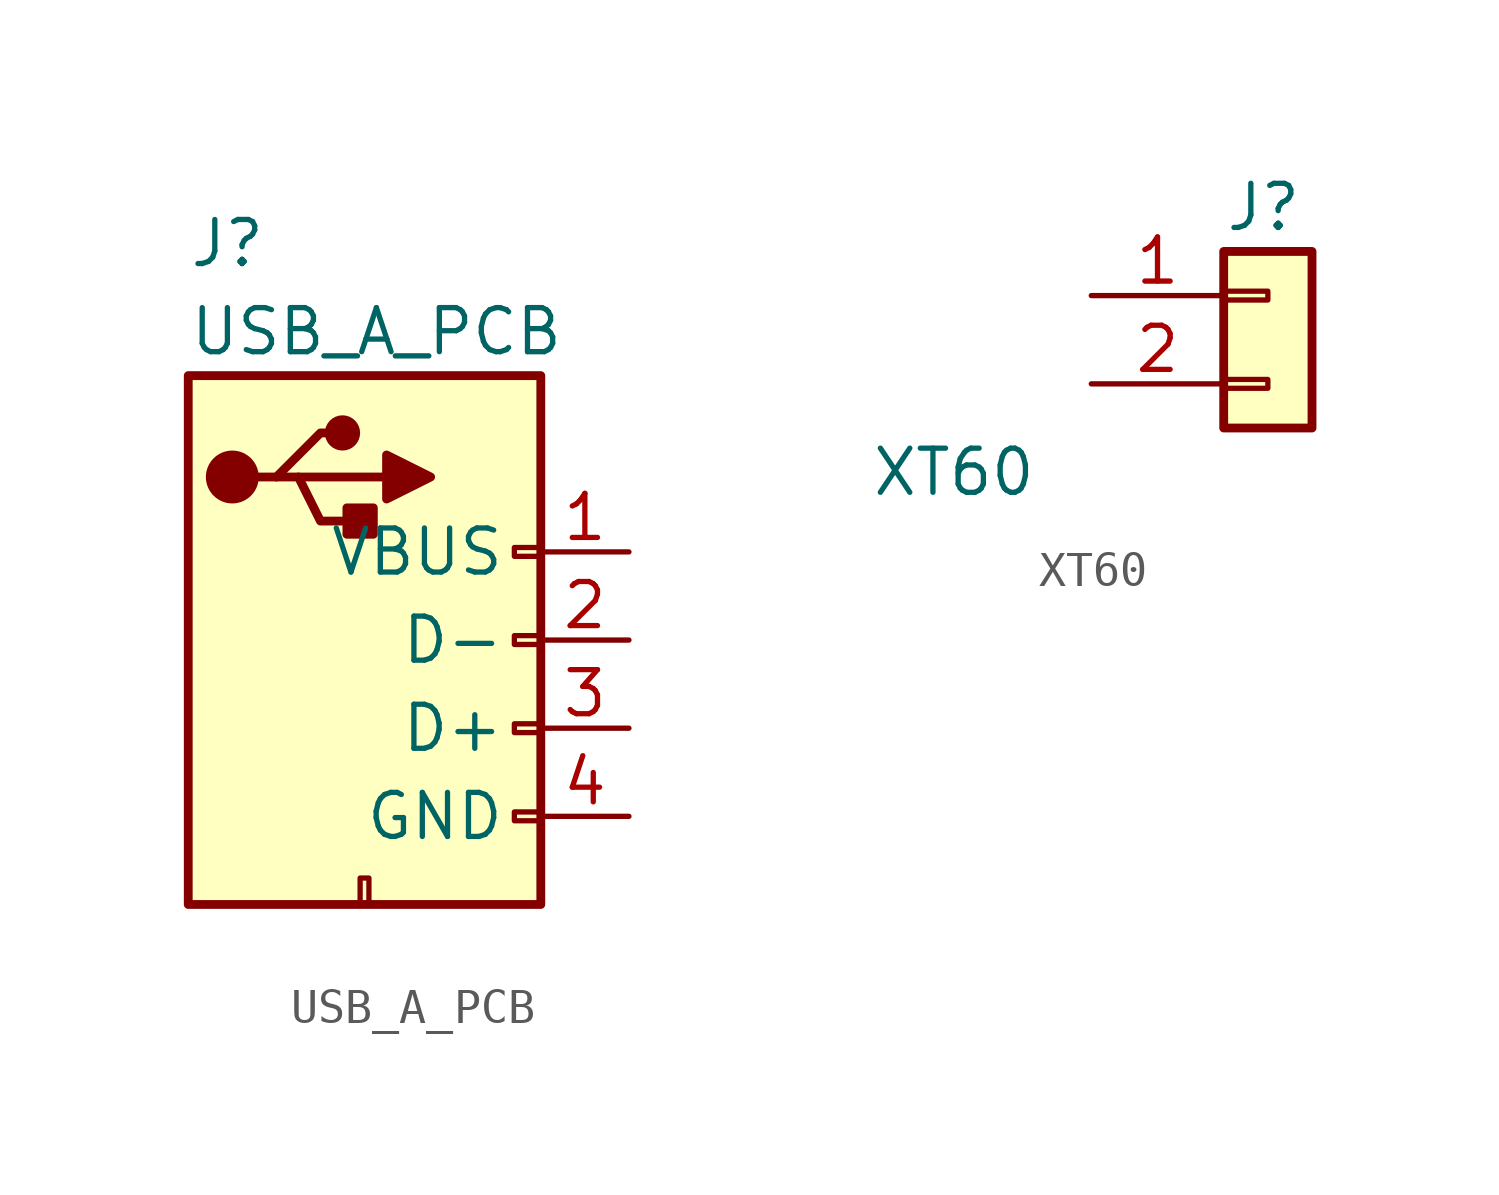
<source format=kicad_sym>
(kicad_symbol_lib
  (version 20231120)
  (generator "kicad_symbol_editor")
  (generator_version "8.0")
  (symbol "USB_A_PCB"
    (pin_names
      (offset 1.016))
    (property "Reference" "J"
      (at -5.08 11.43 0)
      (effects (font (size 1.27 1.27)) (justify left)))
    (property "Value" "USB_A_PCB"
      (at -5.08 8.89 0)
      (effects (font (size 1.27 1.27)) (justify left)))
    (symbol "USB_A_PCB_0_1"
      (rectangle (start -5.08 -7.62) (end 5.08 7.62) (stroke (width 0.254) (type default)) (fill (type background)))
      (circle (center -3.81 4.699) (radius 0.635) (stroke (width 0.254) (type default)) (fill (type outline)))
      (circle (center -0.635 5.969) (radius 0.381) (stroke (width 0.254) (type default)) (fill (type outline)))
      (rectangle (start -0.127 -7.62) (end 0.127 -6.858) (stroke (width 0) (type default)) (fill (type none)))
      (polyline (pts (xy -1.905 4.699) (xy 0.635 4.699)) (stroke (width 0.254) (type default)) (fill (type none)))
      (polyline (pts (xy -3.175 4.699) (xy -2.54 4.699) (xy -1.27 5.969) (xy -0.635 5.969)) (stroke (width 0.254) (type default)) (fill (type none)))
      (polyline (pts (xy -2.54 4.699) (xy -1.905 4.699) (xy -1.27 3.429) (xy 0 3.429)) (stroke (width 0.254) (type default)) (fill (type none)))
      (polyline (pts (xy 0.635 5.334) (xy 0.635 4.064) (xy 1.905 4.699) (xy 0.635 5.334)) (stroke (width 0.254) (type default)) (fill (type outline)))
      (rectangle (start 0.254 3.81) (end -0.508 3.048) (stroke (width 0.254) (type default)) (fill (type outline)))
      (rectangle (start 5.08 -5.207) (end 4.318 -4.953) (stroke (width 0) (type default)) (fill (type none)))
      (rectangle (start 5.08 -2.667) (end 4.318 -2.413) (stroke (width 0) (type default)) (fill (type none)))
      (rectangle (start 5.08 -0.127) (end 4.318 0.127) (stroke (width 0) (type default)) (fill (type none)))
      (rectangle (start 5.08 2.413) (end 4.318 2.667) (stroke (width 0) (type default)) (fill (type none))))
    (symbol "USB_A_PCB_1_1"
      (pin power_out line (at 7.62 2.54 180) (length 2.54) (name "VBUS" (effects (font (size 1.27 1.27)))) (number "1" (effects (font (size 1.27 1.27)))))
      (pin passive line (at 7.62 0 180) (length 2.54) (name "D-" (effects (font (size 1.27 1.27)))) (number "2" (effects (font (size 1.27 1.27)))))
      (pin passive line (at 7.62 -2.54 180) (length 2.54) (name "D+" (effects (font (size 1.27 1.27)))) (number "3" (effects (font (size 1.27 1.27)))))
      (pin power_out line (at 7.62 -5.08 180) (length 2.54) (name "GND" (effects (font (size 1.27 1.27)))) (number "4" (effects (font (size 1.27 1.27)))))))
  (symbol "XT60"
    (pin_names
      (offset 1.016))
    (property "Reference" "J"
      (at -0.127 3.81 0)
      (effects (font (size 1.27 1.27))))
    (property "Value" "XT60"
      (at -11.43 -3.81 0)
      (effects (font (size 1.27 1.27)) (justify left)))
    (symbol "XT60_1_1"
      (rectangle (start -1.27 -1.143) (end 0 -1.397) (stroke (width 0.152) (type default)) (fill (type none)))
      (rectangle (start -1.27 1.397) (end 0 1.143) (stroke (width 0.152) (type default)) (fill (type none)))
      (rectangle (start -1.27 2.54) (end 1.27 -2.54) (stroke (width 0.254) (type default)) (fill (type background)))
      (pin passive line (at -5.08 1.27 0) (length 3.81) (name "~" (effects (font (size 1.27 1.27)))) (number "1" (effects (font (size 1.27 1.27)))))
      (pin passive line (at -5.08 -1.27 0) (length 3.81) (name "~" (effects (font (size 1.27 1.27)))) (number "2" (effects (font (size 1.27 1.27))))))))
</source>
